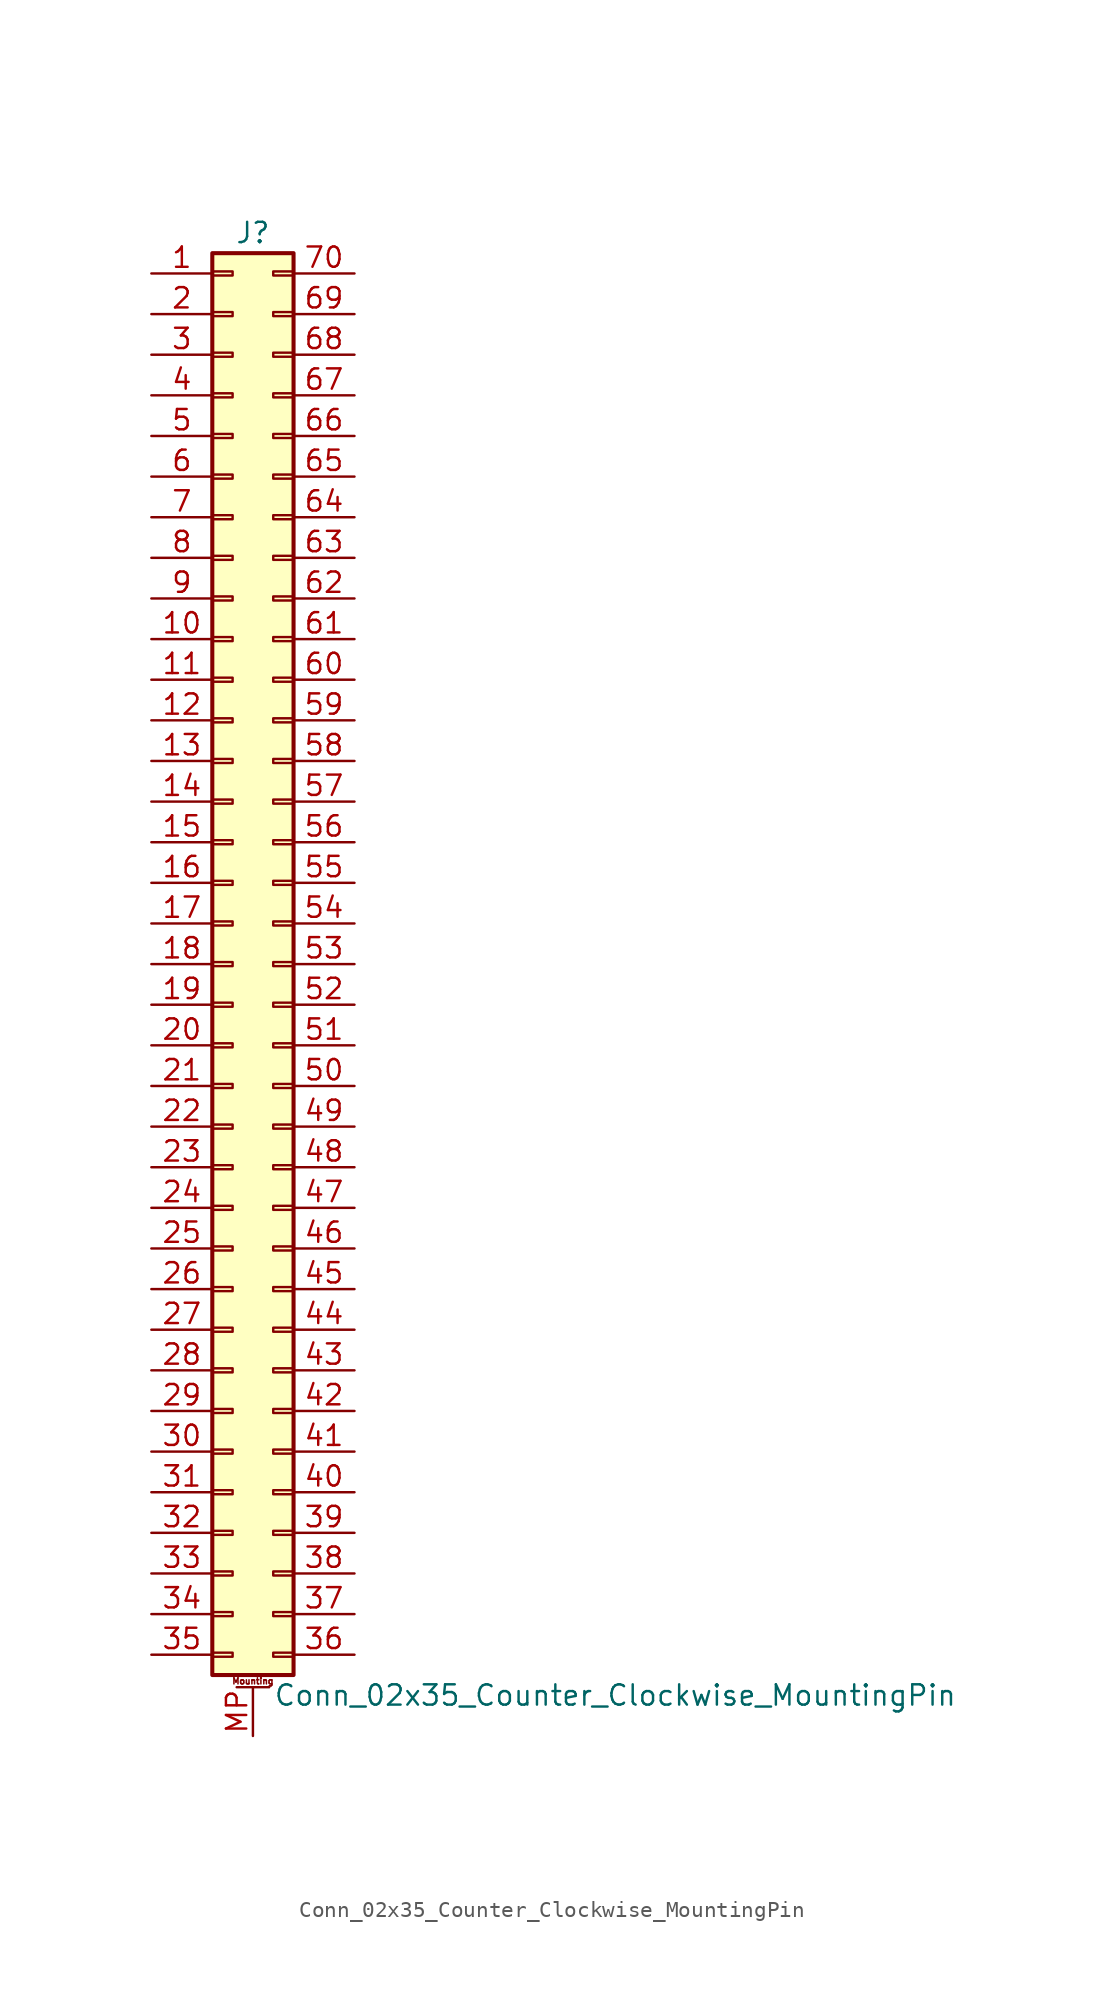
<source format=kicad_sym>
(kicad_symbol_lib
  (version 20220914)
  (generator kicad_symbol_editor)
  (symbol "Conn_02x35_Counter_Clockwise_MountingPin"
    (pin_names
      (offset 1.016) hide)
    (property "Reference" "J"
      (at 1.27 45.72 0)
      (effects (font (size 1.27 1.27))))
    (property "Value" "Conn_02x35_Counter_Clockwise_MountingPin"
      (at 2.54 -45.72 0)
      (effects (font (size 1.27 1.27)) (justify left)))
    (symbol "Conn_02x35_Counter_Clockwise_MountingPin_1_1"
      (rectangle (start -1.27 -43.053) (end 0 -43.307) (stroke (width 0.152) (type default)) (fill (type none)))
      (rectangle (start -1.27 -40.513) (end 0 -40.767) (stroke (width 0.152) (type default)) (fill (type none)))
      (rectangle (start -1.27 -37.973) (end 0 -38.227) (stroke (width 0.152) (type default)) (fill (type none)))
      (rectangle (start -1.27 -35.433) (end 0 -35.687) (stroke (width 0.152) (type default)) (fill (type none)))
      (rectangle (start -1.27 -32.893) (end 0 -33.147) (stroke (width 0.152) (type default)) (fill (type none)))
      (rectangle (start -1.27 -30.353) (end 0 -30.607) (stroke (width 0.152) (type default)) (fill (type none)))
      (rectangle (start -1.27 -27.813) (end 0 -28.067) (stroke (width 0.152) (type default)) (fill (type none)))
      (rectangle (start -1.27 -25.273) (end 0 -25.527) (stroke (width 0.152) (type default)) (fill (type none)))
      (rectangle (start -1.27 -22.733) (end 0 -22.987) (stroke (width 0.152) (type default)) (fill (type none)))
      (rectangle (start -1.27 -20.193) (end 0 -20.447) (stroke (width 0.152) (type default)) (fill (type none)))
      (rectangle (start -1.27 -17.653) (end 0 -17.907) (stroke (width 0.152) (type default)) (fill (type none)))
      (rectangle (start -1.27 -15.113) (end 0 -15.367) (stroke (width 0.152) (type default)) (fill (type none)))
      (rectangle (start -1.27 -12.573) (end 0 -12.827) (stroke (width 0.152) (type default)) (fill (type none)))
      (rectangle (start -1.27 -10.033) (end 0 -10.287) (stroke (width 0.152) (type default)) (fill (type none)))
      (rectangle (start -1.27 -7.493) (end 0 -7.747) (stroke (width 0.152) (type default)) (fill (type none)))
      (rectangle (start -1.27 -4.953) (end 0 -5.207) (stroke (width 0.152) (type default)) (fill (type none)))
      (rectangle (start -1.27 -2.413) (end 0 -2.667) (stroke (width 0.152) (type default)) (fill (type none)))
      (rectangle (start -1.27 0.127) (end 0 -0.127) (stroke (width 0.152) (type default)) (fill (type none)))
      (rectangle (start -1.27 2.667) (end 0 2.413) (stroke (width 0.152) (type default)) (fill (type none)))
      (rectangle (start -1.27 5.207) (end 0 4.953) (stroke (width 0.152) (type default)) (fill (type none)))
      (rectangle (start -1.27 7.747) (end 0 7.493) (stroke (width 0.152) (type default)) (fill (type none)))
      (rectangle (start -1.27 10.287) (end 0 10.033) (stroke (width 0.152) (type default)) (fill (type none)))
      (rectangle (start -1.27 12.827) (end 0 12.573) (stroke (width 0.152) (type default)) (fill (type none)))
      (rectangle (start -1.27 15.367) (end 0 15.113) (stroke (width 0.152) (type default)) (fill (type none)))
      (rectangle (start -1.27 17.907) (end 0 17.653) (stroke (width 0.152) (type default)) (fill (type none)))
      (rectangle (start -1.27 20.447) (end 0 20.193) (stroke (width 0.152) (type default)) (fill (type none)))
      (rectangle (start -1.27 22.987) (end 0 22.733) (stroke (width 0.152) (type default)) (fill (type none)))
      (rectangle (start -1.27 25.527) (end 0 25.273) (stroke (width 0.152) (type default)) (fill (type none)))
      (rectangle (start -1.27 28.067) (end 0 27.813) (stroke (width 0.152) (type default)) (fill (type none)))
      (rectangle (start -1.27 30.607) (end 0 30.353) (stroke (width 0.152) (type default)) (fill (type none)))
      (rectangle (start -1.27 33.147) (end 0 32.893) (stroke (width 0.152) (type default)) (fill (type none)))
      (rectangle (start -1.27 35.687) (end 0 35.433) (stroke (width 0.152) (type default)) (fill (type none)))
      (rectangle (start -1.27 38.227) (end 0 37.973) (stroke (width 0.152) (type default)) (fill (type none)))
      (rectangle (start -1.27 40.767) (end 0 40.513) (stroke (width 0.152) (type default)) (fill (type none)))
      (rectangle (start -1.27 43.307) (end 0 43.053) (stroke (width 0.152) (type default)) (fill (type none)))
      (rectangle (start -1.27 44.45) (end 3.81 -44.45) (stroke (width 0.254) (type default)) (fill (type background)))
      (polyline (pts (xy 0.254 -45.212) (xy 2.286 -45.212)) (stroke (width 0.152) (type default)) (fill (type none)))
      (rectangle (start 3.81 -43.053) (end 2.54 -43.307) (stroke (width 0.152) (type default)) (fill (type none)))
      (rectangle (start 3.81 -40.513) (end 2.54 -40.767) (stroke (width 0.152) (type default)) (fill (type none)))
      (rectangle (start 3.81 -37.973) (end 2.54 -38.227) (stroke (width 0.152) (type default)) (fill (type none)))
      (rectangle (start 3.81 -35.433) (end 2.54 -35.687) (stroke (width 0.152) (type default)) (fill (type none)))
      (rectangle (start 3.81 -32.893) (end 2.54 -33.147) (stroke (width 0.152) (type default)) (fill (type none)))
      (rectangle (start 3.81 -30.353) (end 2.54 -30.607) (stroke (width 0.152) (type default)) (fill (type none)))
      (rectangle (start 3.81 -27.813) (end 2.54 -28.067) (stroke (width 0.152) (type default)) (fill (type none)))
      (rectangle (start 3.81 -25.273) (end 2.54 -25.527) (stroke (width 0.152) (type default)) (fill (type none)))
      (rectangle (start 3.81 -22.733) (end 2.54 -22.987) (stroke (width 0.152) (type default)) (fill (type none)))
      (rectangle (start 3.81 -20.193) (end 2.54 -20.447) (stroke (width 0.152) (type default)) (fill (type none)))
      (rectangle (start 3.81 -17.653) (end 2.54 -17.907) (stroke (width 0.152) (type default)) (fill (type none)))
      (rectangle (start 3.81 -15.113) (end 2.54 -15.367) (stroke (width 0.152) (type default)) (fill (type none)))
      (rectangle (start 3.81 -12.573) (end 2.54 -12.827) (stroke (width 0.152) (type default)) (fill (type none)))
      (rectangle (start 3.81 -10.033) (end 2.54 -10.287) (stroke (width 0.152) (type default)) (fill (type none)))
      (rectangle (start 3.81 -7.493) (end 2.54 -7.747) (stroke (width 0.152) (type default)) (fill (type none)))
      (rectangle (start 3.81 -4.953) (end 2.54 -5.207) (stroke (width 0.152) (type default)) (fill (type none)))
      (rectangle (start 3.81 -2.413) (end 2.54 -2.667) (stroke (width 0.152) (type default)) (fill (type none)))
      (rectangle (start 3.81 0.127) (end 2.54 -0.127) (stroke (width 0.152) (type default)) (fill (type none)))
      (rectangle (start 3.81 2.667) (end 2.54 2.413) (stroke (width 0.152) (type default)) (fill (type none)))
      (rectangle (start 3.81 5.207) (end 2.54 4.953) (stroke (width 0.152) (type default)) (fill (type none)))
      (rectangle (start 3.81 7.747) (end 2.54 7.493) (stroke (width 0.152) (type default)) (fill (type none)))
      (rectangle (start 3.81 10.287) (end 2.54 10.033) (stroke (width 0.152) (type default)) (fill (type none)))
      (rectangle (start 3.81 12.827) (end 2.54 12.573) (stroke (width 0.152) (type default)) (fill (type none)))
      (rectangle (start 3.81 15.367) (end 2.54 15.113) (stroke (width 0.152) (type default)) (fill (type none)))
      (rectangle (start 3.81 17.907) (end 2.54 17.653) (stroke (width 0.152) (type default)) (fill (type none)))
      (rectangle (start 3.81 20.447) (end 2.54 20.193) (stroke (width 0.152) (type default)) (fill (type none)))
      (rectangle (start 3.81 22.987) (end 2.54 22.733) (stroke (width 0.152) (type default)) (fill (type none)))
      (rectangle (start 3.81 25.527) (end 2.54 25.273) (stroke (width 0.152) (type default)) (fill (type none)))
      (rectangle (start 3.81 28.067) (end 2.54 27.813) (stroke (width 0.152) (type default)) (fill (type none)))
      (rectangle (start 3.81 30.607) (end 2.54 30.353) (stroke (width 0.152) (type default)) (fill (type none)))
      (rectangle (start 3.81 33.147) (end 2.54 32.893) (stroke (width 0.152) (type default)) (fill (type none)))
      (rectangle (start 3.81 35.687) (end 2.54 35.433) (stroke (width 0.152) (type default)) (fill (type none)))
      (rectangle (start 3.81 38.227) (end 2.54 37.973) (stroke (width 0.152) (type default)) (fill (type none)))
      (rectangle (start 3.81 40.767) (end 2.54 40.513) (stroke (width 0.152) (type default)) (fill (type none)))
      (rectangle (start 3.81 43.307) (end 2.54 43.053) (stroke (width 0.152) (type default)) (fill (type none)))
      (text "Mounting" (at 1.27 -44.831 0) (effects (font (size 0.381 0.381))))
      (pin passive line (at -5.08 43.18 0) (length 3.81) (name "Pin_1" (effects (font (size 1.27 1.27)))) (number "1" (effects (font (size 1.27 1.27)))))
      (pin passive line (at -5.08 20.32 0) (length 3.81) (name "Pin_10" (effects (font (size 1.27 1.27)))) (number "10" (effects (font (size 1.27 1.27)))))
      (pin passive line (at -5.08 17.78 0) (length 3.81) (name "Pin_11" (effects (font (size 1.27 1.27)))) (number "11" (effects (font (size 1.27 1.27)))))
      (pin passive line (at -5.08 15.24 0) (length 3.81) (name "Pin_12" (effects (font (size 1.27 1.27)))) (number "12" (effects (font (size 1.27 1.27)))))
      (pin passive line (at -5.08 12.7 0) (length 3.81) (name "Pin_13" (effects (font (size 1.27 1.27)))) (number "13" (effects (font (size 1.27 1.27)))))
      (pin passive line (at -5.08 10.16 0) (length 3.81) (name "Pin_14" (effects (font (size 1.27 1.27)))) (number "14" (effects (font (size 1.27 1.27)))))
      (pin passive line (at -5.08 7.62 0) (length 3.81) (name "Pin_15" (effects (font (size 1.27 1.27)))) (number "15" (effects (font (size 1.27 1.27)))))
      (pin passive line (at -5.08 5.08 0) (length 3.81) (name "Pin_16" (effects (font (size 1.27 1.27)))) (number "16" (effects (font (size 1.27 1.27)))))
      (pin passive line (at -5.08 2.54 0) (length 3.81) (name "Pin_17" (effects (font (size 1.27 1.27)))) (number "17" (effects (font (size 1.27 1.27)))))
      (pin passive line (at -5.08 0 0) (length 3.81) (name "Pin_18" (effects (font (size 1.27 1.27)))) (number "18" (effects (font (size 1.27 1.27)))))
      (pin passive line (at -5.08 -2.54 0) (length 3.81) (name "Pin_19" (effects (font (size 1.27 1.27)))) (number "19" (effects (font (size 1.27 1.27)))))
      (pin passive line (at -5.08 40.64 0) (length 3.81) (name "Pin_2" (effects (font (size 1.27 1.27)))) (number "2" (effects (font (size 1.27 1.27)))))
      (pin passive line (at -5.08 -5.08 0) (length 3.81) (name "Pin_20" (effects (font (size 1.27 1.27)))) (number "20" (effects (font (size 1.27 1.27)))))
      (pin passive line (at -5.08 -7.62 0) (length 3.81) (name "Pin_21" (effects (font (size 1.27 1.27)))) (number "21" (effects (font (size 1.27 1.27)))))
      (pin passive line (at -5.08 -10.16 0) (length 3.81) (name "Pin_22" (effects (font (size 1.27 1.27)))) (number "22" (effects (font (size 1.27 1.27)))))
      (pin passive line (at -5.08 -12.7 0) (length 3.81) (name "Pin_23" (effects (font (size 1.27 1.27)))) (number "23" (effects (font (size 1.27 1.27)))))
      (pin passive line (at -5.08 -15.24 0) (length 3.81) (name "Pin_24" (effects (font (size 1.27 1.27)))) (number "24" (effects (font (size 1.27 1.27)))))
      (pin passive line (at -5.08 -17.78 0) (length 3.81) (name "Pin_25" (effects (font (size 1.27 1.27)))) (number "25" (effects (font (size 1.27 1.27)))))
      (pin passive line (at -5.08 -20.32 0) (length 3.81) (name "Pin_26" (effects (font (size 1.27 1.27)))) (number "26" (effects (font (size 1.27 1.27)))))
      (pin passive line (at -5.08 -22.86 0) (length 3.81) (name "Pin_27" (effects (font (size 1.27 1.27)))) (number "27" (effects (font (size 1.27 1.27)))))
      (pin passive line (at -5.08 -25.4 0) (length 3.81) (name "Pin_28" (effects (font (size 1.27 1.27)))) (number "28" (effects (font (size 1.27 1.27)))))
      (pin passive line (at -5.08 -27.94 0) (length 3.81) (name "Pin_29" (effects (font (size 1.27 1.27)))) (number "29" (effects (font (size 1.27 1.27)))))
      (pin passive line (at -5.08 38.1 0) (length 3.81) (name "Pin_3" (effects (font (size 1.27 1.27)))) (number "3" (effects (font (size 1.27 1.27)))))
      (pin passive line (at -5.08 -30.48 0) (length 3.81) (name "Pin_30" (effects (font (size 1.27 1.27)))) (number "30" (effects (font (size 1.27 1.27)))))
      (pin passive line (at -5.08 -33.02 0) (length 3.81) (name "Pin_31" (effects (font (size 1.27 1.27)))) (number "31" (effects (font (size 1.27 1.27)))))
      (pin passive line (at -5.08 -35.56 0) (length 3.81) (name "Pin_32" (effects (font (size 1.27 1.27)))) (number "32" (effects (font (size 1.27 1.27)))))
      (pin passive line (at -5.08 -38.1 0) (length 3.81) (name "Pin_33" (effects (font (size 1.27 1.27)))) (number "33" (effects (font (size 1.27 1.27)))))
      (pin passive line (at -5.08 -40.64 0) (length 3.81) (name "Pin_34" (effects (font (size 1.27 1.27)))) (number "34" (effects (font (size 1.27 1.27)))))
      (pin passive line (at -5.08 -43.18 0) (length 3.81) (name "Pin_35" (effects (font (size 1.27 1.27)))) (number "35" (effects (font (size 1.27 1.27)))))
      (pin passive line (at 7.62 -43.18 180) (length 3.81) (name "Pin_36" (effects (font (size 1.27 1.27)))) (number "36" (effects (font (size 1.27 1.27)))))
      (pin passive line (at 7.62 -40.64 180) (length 3.81) (name "Pin_37" (effects (font (size 1.27 1.27)))) (number "37" (effects (font (size 1.27 1.27)))))
      (pin passive line (at 7.62 -38.1 180) (length 3.81) (name "Pin_38" (effects (font (size 1.27 1.27)))) (number "38" (effects (font (size 1.27 1.27)))))
      (pin passive line (at 7.62 -35.56 180) (length 3.81) (name "Pin_39" (effects (font (size 1.27 1.27)))) (number "39" (effects (font (size 1.27 1.27)))))
      (pin passive line (at -5.08 35.56 0) (length 3.81) (name "Pin_4" (effects (font (size 1.27 1.27)))) (number "4" (effects (font (size 1.27 1.27)))))
      (pin passive line (at 7.62 -33.02 180) (length 3.81) (name "Pin_40" (effects (font (size 1.27 1.27)))) (number "40" (effects (font (size 1.27 1.27)))))
      (pin passive line (at 7.62 -30.48 180) (length 3.81) (name "Pin_41" (effects (font (size 1.27 1.27)))) (number "41" (effects (font (size 1.27 1.27)))))
      (pin passive line (at 7.62 -27.94 180) (length 3.81) (name "Pin_42" (effects (font (size 1.27 1.27)))) (number "42" (effects (font (size 1.27 1.27)))))
      (pin passive line (at 7.62 -25.4 180) (length 3.81) (name "Pin_43" (effects (font (size 1.27 1.27)))) (number "43" (effects (font (size 1.27 1.27)))))
      (pin passive line (at 7.62 -22.86 180) (length 3.81) (name "Pin_44" (effects (font (size 1.27 1.27)))) (number "44" (effects (font (size 1.27 1.27)))))
      (pin passive line (at 7.62 -20.32 180) (length 3.81) (name "Pin_45" (effects (font (size 1.27 1.27)))) (number "45" (effects (font (size 1.27 1.27)))))
      (pin passive line (at 7.62 -17.78 180) (length 3.81) (name "Pin_46" (effects (font (size 1.27 1.27)))) (number "46" (effects (font (size 1.27 1.27)))))
      (pin passive line (at 7.62 -15.24 180) (length 3.81) (name "Pin_47" (effects (font (size 1.27 1.27)))) (number "47" (effects (font (size 1.27 1.27)))))
      (pin passive line (at 7.62 -12.7 180) (length 3.81) (name "Pin_48" (effects (font (size 1.27 1.27)))) (number "48" (effects (font (size 1.27 1.27)))))
      (pin passive line (at 7.62 -10.16 180) (length 3.81) (name "Pin_49" (effects (font (size 1.27 1.27)))) (number "49" (effects (font (size 1.27 1.27)))))
      (pin passive line (at -5.08 33.02 0) (length 3.81) (name "Pin_5" (effects (font (size 1.27 1.27)))) (number "5" (effects (font (size 1.27 1.27)))))
      (pin passive line (at 7.62 -7.62 180) (length 3.81) (name "Pin_50" (effects (font (size 1.27 1.27)))) (number "50" (effects (font (size 1.27 1.27)))))
      (pin passive line (at 7.62 -5.08 180) (length 3.81) (name "Pin_51" (effects (font (size 1.27 1.27)))) (number "51" (effects (font (size 1.27 1.27)))))
      (pin passive line (at 7.62 -2.54 180) (length 3.81) (name "Pin_52" (effects (font (size 1.27 1.27)))) (number "52" (effects (font (size 1.27 1.27)))))
      (pin passive line (at 7.62 0 180) (length 3.81) (name "Pin_53" (effects (font (size 1.27 1.27)))) (number "53" (effects (font (size 1.27 1.27)))))
      (pin passive line (at 7.62 2.54 180) (length 3.81) (name "Pin_54" (effects (font (size 1.27 1.27)))) (number "54" (effects (font (size 1.27 1.27)))))
      (pin passive line (at 7.62 5.08 180) (length 3.81) (name "Pin_55" (effects (font (size 1.27 1.27)))) (number "55" (effects (font (size 1.27 1.27)))))
      (pin passive line (at 7.62 7.62 180) (length 3.81) (name "Pin_56" (effects (font (size 1.27 1.27)))) (number "56" (effects (font (size 1.27 1.27)))))
      (pin passive line (at 7.62 10.16 180) (length 3.81) (name "Pin_57" (effects (font (size 1.27 1.27)))) (number "57" (effects (font (size 1.27 1.27)))))
      (pin passive line (at 7.62 12.7 180) (length 3.81) (name "Pin_58" (effects (font (size 1.27 1.27)))) (number "58" (effects (font (size 1.27 1.27)))))
      (pin passive line (at 7.62 15.24 180) (length 3.81) (name "Pin_59" (effects (font (size 1.27 1.27)))) (number "59" (effects (font (size 1.27 1.27)))))
      (pin passive line (at -5.08 30.48 0) (length 3.81) (name "Pin_6" (effects (font (size 1.27 1.27)))) (number "6" (effects (font (size 1.27 1.27)))))
      (pin passive line (at 7.62 17.78 180) (length 3.81) (name "Pin_60" (effects (font (size 1.27 1.27)))) (number "60" (effects (font (size 1.27 1.27)))))
      (pin passive line (at 7.62 20.32 180) (length 3.81) (name "Pin_61" (effects (font (size 1.27 1.27)))) (number "61" (effects (font (size 1.27 1.27)))))
      (pin passive line (at 7.62 22.86 180) (length 3.81) (name "Pin_62" (effects (font (size 1.27 1.27)))) (number "62" (effects (font (size 1.27 1.27)))))
      (pin passive line (at 7.62 25.4 180) (length 3.81) (name "Pin_63" (effects (font (size 1.27 1.27)))) (number "63" (effects (font (size 1.27 1.27)))))
      (pin passive line (at 7.62 27.94 180) (length 3.81) (name "Pin_64" (effects (font (size 1.27 1.27)))) (number "64" (effects (font (size 1.27 1.27)))))
      (pin passive line (at 7.62 30.48 180) (length 3.81) (name "Pin_65" (effects (font (size 1.27 1.27)))) (number "65" (effects (font (size 1.27 1.27)))))
      (pin passive line (at 7.62 33.02 180) (length 3.81) (name "Pin_66" (effects (font (size 1.27 1.27)))) (number "66" (effects (font (size 1.27 1.27)))))
      (pin passive line (at 7.62 35.56 180) (length 3.81) (name "Pin_67" (effects (font (size 1.27 1.27)))) (number "67" (effects (font (size 1.27 1.27)))))
      (pin passive line (at 7.62 38.1 180) (length 3.81) (name "Pin_68" (effects (font (size 1.27 1.27)))) (number "68" (effects (font (size 1.27 1.27)))))
      (pin passive line (at 7.62 40.64 180) (length 3.81) (name "Pin_69" (effects (font (size 1.27 1.27)))) (number "69" (effects (font (size 1.27 1.27)))))
      (pin passive line (at -5.08 27.94 0) (length 3.81) (name "Pin_7" (effects (font (size 1.27 1.27)))) (number "7" (effects (font (size 1.27 1.27)))))
      (pin passive line (at 7.62 43.18 180) (length 3.81) (name "Pin_70" (effects (font (size 1.27 1.27)))) (number "70" (effects (font (size 1.27 1.27)))))
      (pin passive line (at -5.08 25.4 0) (length 3.81) (name "Pin_8" (effects (font (size 1.27 1.27)))) (number "8" (effects (font (size 1.27 1.27)))))
      (pin passive line (at -5.08 22.86 0) (length 3.81) (name "Pin_9" (effects (font (size 1.27 1.27)))) (number "9" (effects (font (size 1.27 1.27)))))
      (pin passive line (at 1.27 -48.26 90) (length 3.048) (name "MountPin" (effects (font (size 1.27 1.27)))) (number "MP" (effects (font (size 1.27 1.27))))))))
</source>
